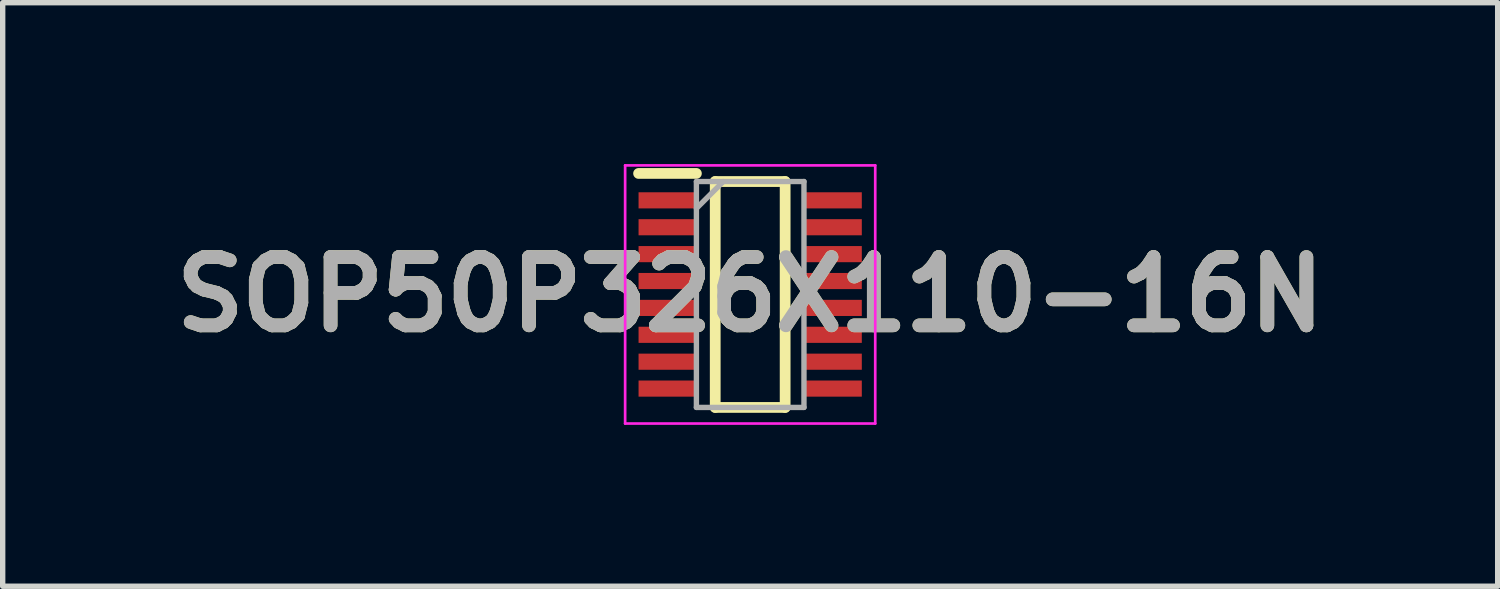
<source format=kicad_pcb>
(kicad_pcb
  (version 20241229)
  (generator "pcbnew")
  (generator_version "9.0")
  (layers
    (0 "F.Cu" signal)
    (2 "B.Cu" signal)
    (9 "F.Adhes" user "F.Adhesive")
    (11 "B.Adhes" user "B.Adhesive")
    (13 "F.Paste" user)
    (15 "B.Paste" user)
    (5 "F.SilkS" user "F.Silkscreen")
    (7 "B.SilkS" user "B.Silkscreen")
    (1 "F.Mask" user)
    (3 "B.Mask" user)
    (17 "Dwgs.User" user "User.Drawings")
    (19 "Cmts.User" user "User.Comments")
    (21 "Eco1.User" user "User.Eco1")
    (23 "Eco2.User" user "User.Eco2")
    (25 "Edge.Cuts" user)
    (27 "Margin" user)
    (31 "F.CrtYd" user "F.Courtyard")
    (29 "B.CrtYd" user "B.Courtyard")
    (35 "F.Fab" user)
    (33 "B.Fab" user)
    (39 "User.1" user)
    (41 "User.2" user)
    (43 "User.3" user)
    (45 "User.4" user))
  (footprint "SOP50P326X110-16N"
    (layer "F.Cu")
    (at 10.898 2.425)
    (property "Reference" "SOP50P326X110-16N" (at 0 0 0) (layer "F.SilkS") (effects (font (size 1.27 1.27) (thickness 0.254))))
    (attr smd)
    (fp_line (start -2.075 -2.25) (end -1 -2.25) (stroke (width 0.2) (type solid)) (layer "F.SilkS"))
    (fp_line (start -0.65 -2.1) (end 0.65 -2.1) (stroke (width 0.2) (type solid)) (layer "F.SilkS"))
    (fp_line (start -0.65 2.1) (end -0.65 -2.1) (stroke (width 0.2) (type solid)) (layer "F.SilkS"))
    (fp_line (start 0.65 -2.1) (end 0.65 2.1) (stroke (width 0.2) (type solid)) (layer "F.SilkS"))
    (fp_line (start 0.65 2.1) (end -0.65 2.1) (stroke (width 0.2) (type solid)) (layer "F.SilkS"))
    (fp_line (start -2.325 -2.4) (end 2.325 -2.4) (stroke (width 0.05) (type solid)) (layer "F.CrtYd"))
    (fp_line (start -2.325 2.4) (end -2.325 -2.4) (stroke (width 0.05) (type solid)) (layer "F.CrtYd"))
    (fp_line (start 2.325 -2.4) (end 2.325 2.4) (stroke (width 0.05) (type solid)) (layer "F.CrtYd"))
    (fp_line (start 2.325 2.4) (end -2.325 2.4) (stroke (width 0.05) (type solid)) (layer "F.CrtYd"))
    (fp_line (start -1 -2.1) (end 1 -2.1) (stroke (width 0.1) (type solid)) (layer "F.Fab"))
    (fp_line (start -1 -1.6) (end -0.5 -2.1) (stroke (width 0.1) (type solid)) (layer "F.Fab"))
    (fp_line (start -1 2.1) (end -1 -2.1) (stroke (width 0.1) (type solid)) (layer "F.Fab"))
    (fp_line (start 1 -2.1) (end 1 2.1) (stroke (width 0.1) (type solid)) (layer "F.Fab"))
    (fp_line (start 1 2.1) (end -1 2.1) (stroke (width 0.1) (type solid)) (layer "F.Fab"))
    (fp_text user "${REFERENCE}" (at 0 0 0) (layer "F.Fab") (effects (font (size 1.27 1.27) (thickness 0.254))))
    (pad "1" smd rect (at -1.538 -1.75 90) (size 0.3 1.075) (layers "F.Cu" "F.Mask" "F.Paste"))
    (pad "2" smd rect (at -1.538 -1.25 90) (size 0.3 1.075) (layers "F.Cu" "F.Mask" "F.Paste"))
    (pad "3" smd rect (at -1.538 -0.75 90) (size 0.3 1.075) (layers "F.Cu" "F.Mask" "F.Paste"))
    (pad "4" smd rect (at -1.538 -0.25 90) (size 0.3 1.075) (layers "F.Cu" "F.Mask" "F.Paste"))
    (pad "5" smd rect (at -1.538 0.25 90) (size 0.3 1.075) (layers "F.Cu" "F.Mask" "F.Paste"))
    (pad "6" smd rect (at -1.538 0.75 90) (size 0.3 1.075) (layers "F.Cu" "F.Mask" "F.Paste"))
    (pad "7" smd rect (at -1.538 1.25 90) (size 0.3 1.075) (layers "F.Cu" "F.Mask" "F.Paste"))
    (pad "8" smd rect (at -1.538 1.75 90) (size 0.3 1.075) (layers "F.Cu" "F.Mask" "F.Paste"))
    (pad "9" smd rect (at 1.538 1.75 90) (size 0.3 1.075) (layers "F.Cu" "F.Mask" "F.Paste"))
    (pad "10" smd rect (at 1.538 1.25 90) (size 0.3 1.075) (layers "F.Cu" "F.Mask" "F.Paste"))
    (pad "11" smd rect (at 1.538 0.75 90) (size 0.3 1.075) (layers "F.Cu" "F.Mask" "F.Paste"))
    (pad "12" smd rect (at 1.538 0.25 90) (size 0.3 1.075) (layers "F.Cu" "F.Mask" "F.Paste"))
    (pad "13" smd rect (at 1.538 -0.25 90) (size 0.3 1.075) (layers "F.Cu" "F.Mask" "F.Paste"))
    (pad "14" smd rect (at 1.538 -0.75 90) (size 0.3 1.075) (layers "F.Cu" "F.Mask" "F.Paste"))
    (pad "15" smd rect (at 1.538 -1.25 90) (size 0.3 1.075) (layers "F.Cu" "F.Mask" "F.Paste"))
    (pad "16" smd rect (at 1.538 -1.75 90) (size 0.3 1.075) (layers "F.Cu" "F.Mask" "F.Paste")))
  (gr_rect
    (start -3 -3)
    (end 24.796 7.85)
    (stroke (width 0.1) (type default))
    (fill no)
    (layer "Edge.Cuts")))
</source>
